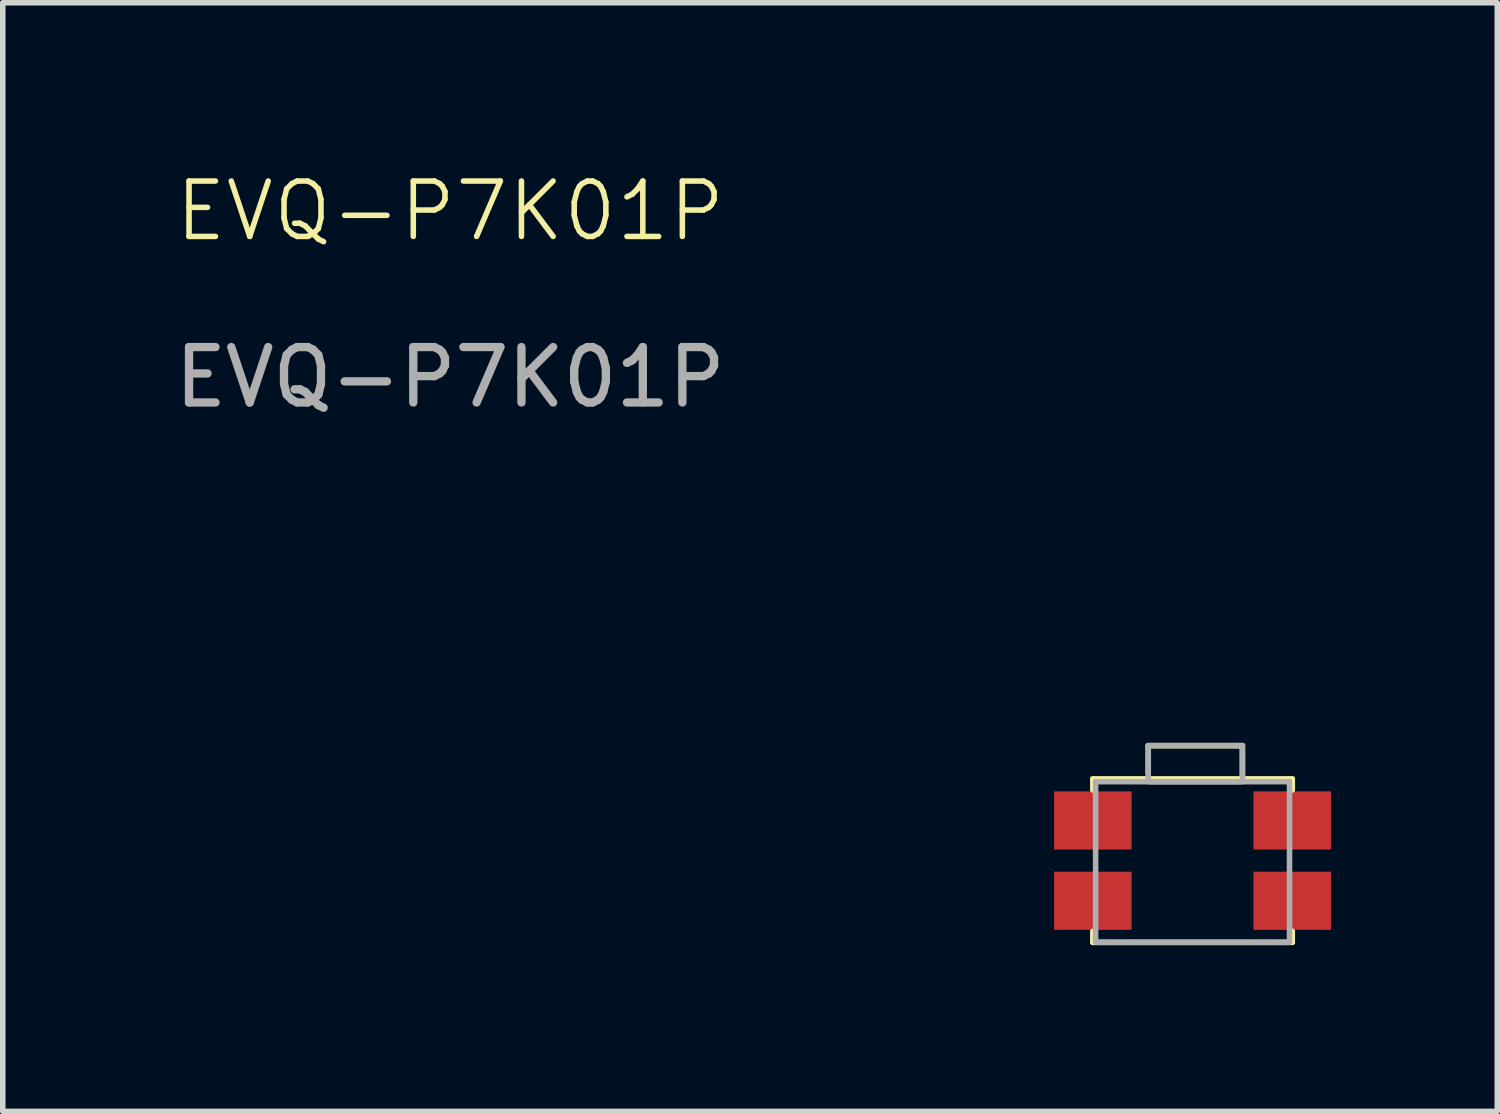
<source format=kicad_pcb>
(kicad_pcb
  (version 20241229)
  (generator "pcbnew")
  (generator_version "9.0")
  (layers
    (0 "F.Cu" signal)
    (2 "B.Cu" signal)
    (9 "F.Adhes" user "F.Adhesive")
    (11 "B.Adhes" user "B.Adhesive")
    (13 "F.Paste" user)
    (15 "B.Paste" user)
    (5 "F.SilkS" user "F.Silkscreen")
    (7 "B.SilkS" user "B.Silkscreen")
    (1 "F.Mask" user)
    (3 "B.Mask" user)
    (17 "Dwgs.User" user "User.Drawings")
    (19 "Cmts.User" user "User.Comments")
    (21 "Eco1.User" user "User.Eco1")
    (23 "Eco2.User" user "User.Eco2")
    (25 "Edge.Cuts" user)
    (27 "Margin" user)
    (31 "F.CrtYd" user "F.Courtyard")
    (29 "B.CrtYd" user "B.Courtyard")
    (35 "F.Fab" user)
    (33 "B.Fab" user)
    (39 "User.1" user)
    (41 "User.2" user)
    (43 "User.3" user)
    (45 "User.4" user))
  (footprint "EVQ-P7K01P"
    (layer "F.Cu")
    (at 20.277 12.685)
    (property "Reference" "EVQ-P7K01P" (at -15.2 -11.925 0) (unlocked yes) (layer "F.SilkS") (effects (font (size 1 1) (thickness 0.1))))
    (attr smd)
    (fp_line (start -3.6 -1.675) (end -3.6 -1.475) (stroke (width 0.1) (type default)) (layer "F.SilkS"))
    (fp_line (start -3.6 -1.675) (end 0 -1.675) (stroke (width 0.1) (type default)) (layer "F.SilkS"))
    (fp_line (start -3.6 1.275) (end -3.6 1.075) (stroke (width 0.1) (type default)) (layer "F.SilkS"))
    (fp_line (start -2.6 -2.275) (end -0.9 -2.275) (stroke (width 0.1) (type default)) (layer "F.SilkS"))
    (fp_line (start -2.6 -1.775) (end -2.6 -2.275) (stroke (width 0.1) (type default)) (layer "F.SilkS"))
    (fp_line (start -0.9 -2.275) (end -0.9 -1.675) (stroke (width 0.1) (type default)) (layer "F.SilkS"))
    (fp_line (start 0 -1.675) (end 0 -1.475) (stroke (width 0.1) (type default)) (layer "F.SilkS"))
    (fp_line (start 0 1.275) (end -3.6 1.275) (stroke (width 0.1) (type default)) (layer "F.SilkS"))
    (fp_line (start 0 1.275) (end 0 1.075) (stroke (width 0.1) (type default)) (layer "F.SilkS"))
    (fp_rect (start -3.55 -1.625) (end -0.05 1.275) (stroke (width 0.1) (type default)) (fill no) (layer "F.Fab"))
    (fp_rect (start -2.6 -2.275) (end -0.9 -1.625) (stroke (width 0.1) (type default)) (fill no) (layer "F.Fab"))
    (fp_text user "${REFERENCE}" (at -15.2 -8.925 0) (unlocked yes) (layer "F.Fab") (effects (font (size 1 1) (thickness 0.15))))
    (pad "1" smd rect (at -3.6 -0.925) (size 1.4 1.05) (layers "F.Cu" "F.Mask" "F.Paste"))
    (pad "1" smd rect (at 0 -0.925) (size 1.4 1.05) (layers "F.Cu" "F.Mask" "F.Paste"))
    (pad "2" smd rect (at -3.6 0.525) (size 1.4 1.05) (layers "F.Cu" "F.Mask" "F.Paste"))
    (pad "2" smd rect (at 0 0.525) (size 1.4 1.05) (layers "F.Cu" "F.Mask" "F.Paste")))
  (gr_rect
    (start -3 -3)
    (end 23.977 17.011)
    (stroke (width 0.1) (type default))
    (fill no)
    (layer "Edge.Cuts")))
</source>
